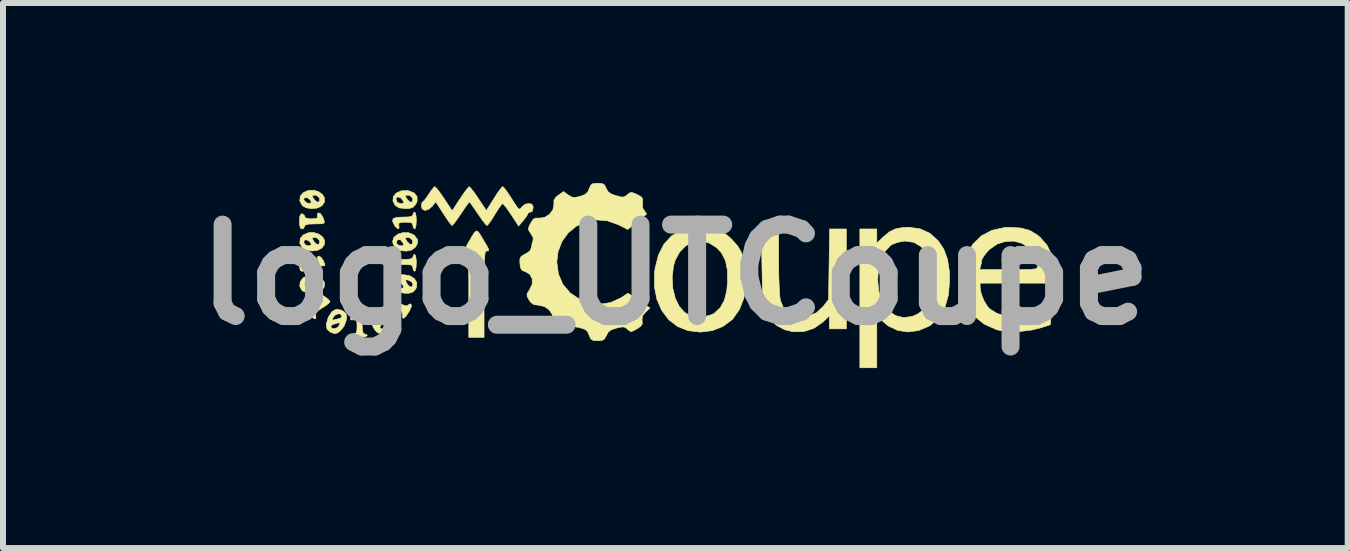
<source format=kicad_pcb>
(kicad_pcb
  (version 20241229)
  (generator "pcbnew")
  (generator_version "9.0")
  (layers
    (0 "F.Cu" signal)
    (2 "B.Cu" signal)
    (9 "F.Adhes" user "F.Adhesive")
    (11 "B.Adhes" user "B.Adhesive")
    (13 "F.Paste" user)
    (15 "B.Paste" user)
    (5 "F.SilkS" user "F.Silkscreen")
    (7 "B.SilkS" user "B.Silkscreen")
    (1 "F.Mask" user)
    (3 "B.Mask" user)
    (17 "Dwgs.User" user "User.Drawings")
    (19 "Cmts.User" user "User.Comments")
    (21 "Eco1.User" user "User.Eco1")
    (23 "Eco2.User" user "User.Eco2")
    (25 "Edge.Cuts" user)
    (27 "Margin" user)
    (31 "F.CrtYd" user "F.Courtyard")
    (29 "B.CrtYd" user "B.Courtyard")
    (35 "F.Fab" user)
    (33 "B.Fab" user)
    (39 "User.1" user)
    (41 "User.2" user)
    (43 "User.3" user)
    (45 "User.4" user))
  (footprint "logo_UTCoupe"
    (layer "F.Cu")
    (at 8.208 1.529)
    (property "Reference" "logo_UTCoupe" (at 0 0 0) (layer "F.Fab") (effects (font (size 1.524 1.524) (thickness 0.3))))
    (attr through_hole)
    (fp_poly (pts (xy -5.904 -0.287) (xy -5.867 -0.233) (xy -5.844 -0.173) (xy -5.842 -0.153) (xy -5.868 -0.147) (xy -5.934 -0.142) (xy -6.011 -0.141) (xy -6.11 -0.138) (xy -6.162 -0.126) (xy -6.18 -0.104) (xy -6.181 -0.099) (xy -6.203 -0.061) (xy -6.223 -0.056) (xy -6.251 -0.073) (xy -6.264 -0.13) (xy -6.265 -0.183) (xy -6.26 -0.267) (xy -6.241 -0.305) (xy -6.223 -0.31) (xy -6.186 -0.288) (xy -6.181 -0.268) (xy -6.163 -0.239) (xy -6.102 -0.227) (xy -6.065 -0.226) (xy -5.991 -0.23) (xy -5.963 -0.246) (xy -5.965 -0.268) (xy -5.961 -0.304) (xy -5.939 -0.31) (xy -5.904 -0.287)) (stroke (width 0.01) (type solid)) (fill yes) (layer "F.SilkS"))
    (fp_poly (pts (xy -5.921 -1.023) (xy -5.883 -0.972) (xy -5.858 -0.91) (xy -5.85 -0.875) (xy -5.863 -0.856) (xy -5.908 -0.848) (xy -5.997 -0.847) (xy -6.009 -0.847) (xy -6.108 -0.843) (xy -6.162 -0.832) (xy -6.18 -0.81) (xy -6.181 -0.804) (xy -6.203 -0.767) (xy -6.223 -0.762) (xy -6.251 -0.779) (xy -6.264 -0.835) (xy -6.265 -0.889) (xy -6.26 -0.973) (xy -6.241 -1.011) (xy -6.223 -1.016) (xy -6.186 -0.993) (xy -6.181 -0.974) (xy -6.163 -0.945) (xy -6.102 -0.932) (xy -6.065 -0.931) (xy -5.991 -0.936) (xy -5.963 -0.952) (xy -5.965 -0.973) (xy -5.966 -1.017) (xy -5.957 -1.029) (xy -5.921 -1.023)) (stroke (width 0.01) (type solid)) (fill yes) (layer "F.SilkS"))
    (fp_poly (pts (xy -5.862 0.355) (xy -5.809 0.392) (xy -5.767 0.432) (xy -5.757 0.452) (xy -5.78 0.479) (xy -5.837 0.522) (xy -5.885 0.552) (xy -5.963 0.603) (xy -5.996 0.644) (xy -5.996 0.681) (xy -5.992 0.727) (xy -6.014 0.735) (xy -6.053 0.71) (xy -6.099 0.656) (xy -6.121 0.621) (xy -6.157 0.549) (xy -6.16 0.514) (xy -6.146 0.508) (xy -6.091 0.526) (xy -6.08 0.535) (xy -6.037 0.54) (xy -5.964 0.505) (xy -5.957 0.501) (xy -5.905 0.462) (xy -5.889 0.434) (xy -5.894 0.43) (xy -5.92 0.402) (xy -5.926 0.362) (xy -5.908 0.339) (xy -5.905 0.339) (xy -5.862 0.355)) (stroke (width 0.01) (type solid)) (fill yes) (layer "F.SilkS"))
    (fp_poly (pts (xy -5.25 0.655) (xy -5.228 0.706) (xy -5.221 0.805) (xy -5.221 0.818) (xy -5.218 0.917) (xy -5.206 0.97) (xy -5.184 0.987) (xy -5.179 0.988) (xy -5.141 1.003) (xy -5.136 1.016) (xy -5.162 1.032) (xy -5.227 1.042) (xy -5.278 1.044) (xy -5.358 1.039) (xy -5.409 1.026) (xy -5.419 1.016) (xy -5.395 0.993) (xy -5.362 0.988) (xy -5.327 0.979) (xy -5.31 0.944) (xy -5.306 0.868) (xy -5.306 0.863) (xy -5.309 0.787) (xy -5.322 0.754) (xy -5.352 0.751) (xy -5.362 0.754) (xy -5.408 0.753) (xy -5.415 0.726) (xy -5.382 0.69) (xy -5.364 0.678) (xy -5.293 0.648) (xy -5.25 0.655)) (stroke (width 0.01) (type solid)) (fill yes) (layer "F.SilkS"))
    (fp_poly (pts (xy -4.75 0.392) (xy -4.687 0.421) (xy -4.623 0.458) (xy -4.537 0.506) (xy -4.486 0.522) (xy -4.46 0.509) (xy -4.459 0.509) (xy -4.424 0.487) (xy -4.407 0.491) (xy -4.399 0.528) (xy -4.431 0.601) (xy -4.435 0.608) (xy -4.488 0.687) (xy -4.526 0.725) (xy -4.546 0.719) (xy -4.547 0.714) (xy -4.548 0.668) (xy -4.547 0.649) (xy -4.567 0.609) (xy -4.62 0.559) (xy -4.642 0.543) (xy -4.705 0.504) (xy -4.733 0.495) (xy -4.741 0.516) (xy -4.741 0.538) (xy -4.752 0.577) (xy -4.77 0.579) (xy -4.789 0.54) (xy -4.798 0.476) (xy -4.793 0.413) (xy -4.781 0.388) (xy -4.75 0.392)) (stroke (width 0.01) (type solid)) (fill yes) (layer "F.SilkS"))
    (fp_poly (pts (xy -4.33 -1.019) (xy -4.32 -0.954) (xy -4.318 -0.903) (xy -4.323 -0.823) (xy -4.336 -0.772) (xy -4.346 -0.762) (xy -4.369 -0.786) (xy -4.374 -0.818) (xy -4.383 -0.854) (xy -4.418 -0.871) (xy -4.494 -0.875) (xy -4.499 -0.875) (xy -4.575 -0.872) (xy -4.608 -0.859) (xy -4.611 -0.829) (xy -4.608 -0.818) (xy -4.607 -0.771) (xy -4.631 -0.767) (xy -4.67 -0.806) (xy -4.678 -0.818) (xy -4.713 -0.887) (xy -4.707 -0.93) (xy -4.658 -0.953) (xy -4.558 -0.96) (xy -4.544 -0.96) (xy -4.445 -0.963) (xy -4.393 -0.974) (xy -4.375 -0.997) (xy -4.374 -1.002) (xy -4.359 -1.039) (xy -4.346 -1.044) (xy -4.33 -1.019)) (stroke (width 0.01) (type solid)) (fill yes) (layer "F.SilkS"))
    (fp_poly (pts (xy -4.33 -0.313) (xy -4.32 -0.248) (xy -4.318 -0.198) (xy -4.323 -0.117) (xy -4.336 -0.066) (xy -4.346 -0.056) (xy -4.369 -0.08) (xy -4.374 -0.113) (xy -4.383 -0.148) (xy -4.418 -0.165) (xy -4.494 -0.169) (xy -4.499 -0.169) (xy -4.575 -0.166) (xy -4.608 -0.153) (xy -4.611 -0.123) (xy -4.608 -0.113) (xy -4.607 -0.066) (xy -4.631 -0.062) (xy -4.67 -0.1) (xy -4.678 -0.113) (xy -4.713 -0.182) (xy -4.707 -0.225) (xy -4.658 -0.247) (xy -4.558 -0.254) (xy -4.544 -0.254) (xy -4.445 -0.257) (xy -4.393 -0.269) (xy -4.375 -0.291) (xy -4.374 -0.296) (xy -4.359 -0.334) (xy -4.346 -0.339) (xy -4.33 -0.313)) (stroke (width 0.01) (type solid)) (fill yes) (layer "F.SilkS"))
    (fp_poly (pts (xy -3.283 -0.712) (xy -3.246 -0.656) (xy -3.207 -0.591) (xy -3.15 -0.495) (xy -3.118 -0.436) (xy -3.11 -0.407) (xy -3.121 -0.396) (xy -3.147 -0.395) (xy -3.16 -0.389) (xy -3.17 -0.366) (xy -3.178 -0.319) (xy -3.183 -0.244) (xy -3.186 -0.134) (xy -3.188 0.018) (xy -3.189 0.218) (xy -3.189 0.325) (xy -3.189 1.044) (xy -3.443 1.044) (xy -3.443 0.325) (xy -3.443 0.102) (xy -3.445 -0.07) (xy -3.447 -0.198) (xy -3.452 -0.288) (xy -3.458 -0.346) (xy -3.467 -0.379) (xy -3.479 -0.393) (xy -3.487 -0.395) (xy -3.507 -0.405) (xy -3.5 -0.44) (xy -3.463 -0.511) (xy -3.453 -0.529) (xy -3.389 -0.641) (xy -3.346 -0.707) (xy -3.314 -0.73) (xy -3.283 -0.712)) (stroke (width 0.01) (type solid)) (fill yes) (layer "F.SilkS"))
    (fp_poly (pts (xy 1.722 -0.219) (xy 1.723 -0.042) (xy 1.728 0.123) (xy 1.734 0.264) (xy 1.742 0.37) (xy 1.751 0.43) (xy 1.807 0.563) (xy 1.89 0.648) (xy 2.006 0.692) (xy 2.049 0.698) (xy 2.214 0.691) (xy 2.353 0.634) (xy 2.468 0.526) (xy 2.473 0.52) (xy 2.554 0.414) (xy 2.572 -0.762) (xy 2.85 -0.762) (xy 2.85 0.903) (xy 2.568 0.903) (xy 2.568 0.686) (xy 2.46 0.789) (xy 2.311 0.893) (xy 2.142 0.948) (xy 1.962 0.951) (xy 1.825 0.918) (xy 1.683 0.843) (xy 1.574 0.727) (xy 1.514 0.621) (xy 1.494 0.574) (xy 1.479 0.523) (xy 1.468 0.46) (xy 1.46 0.376) (xy 1.454 0.262) (xy 1.449 0.111) (xy 1.445 -0.087) (xy 1.444 -0.134) (xy 1.434 -0.762) (xy 1.722 -0.762) (xy 1.722 -0.219)) (stroke (width 0.01) (type solid)) (fill yes) (layer "F.SilkS"))
    (fp_poly (pts (xy -5.956 0.019) (xy -5.886 0.068) (xy -5.849 0.134) (xy -5.854 0.207) (xy -5.894 0.264) (xy -5.963 0.298) (xy -6.057 0.31) (xy -6.151 0.3) (xy -6.219 0.268) (xy -6.221 0.266) (xy -6.261 0.195) (xy -6.258 0.169) (xy -6.181 0.169) (xy -6.161 0.217) (xy -6.124 0.226) (xy -6.078 0.216) (xy -6.068 0.203) (xy -6.088 0.162) (xy -6.13 0.124) (xy -6.158 0.113) (xy -6.176 0.137) (xy -6.181 0.169) (xy -6.258 0.169) (xy -6.254 0.121) (xy -6.244 0.107) (xy -6.052 0.107) (xy -6.02 0.153) (xy -5.974 0.194) (xy -5.938 0.192) (xy -5.929 0.154) (xy -5.936 0.129) (xy -5.975 0.093) (xy -6.012 0.085) (xy -6.051 0.088) (xy -6.052 0.107) (xy -6.244 0.107) (xy -6.208 0.056) (xy -6.13 0.012) (xy -6.054 0) (xy -5.956 0.019)) (stroke (width 0.01) (type solid)) (fill yes) (layer "F.SilkS"))
    (fp_poly (pts (xy -5.947 -1.384) (xy -5.883 -1.338) (xy -5.848 -1.278) (xy -5.849 -1.211) (xy -5.894 -1.147) (xy -5.967 -1.111) (xy -6.062 -1.101) (xy -6.155 -1.115) (xy -6.219 -1.152) (xy -6.261 -1.232) (xy -6.258 -1.254) (xy -6.196 -1.254) (xy -6.179 -1.225) (xy -6.135 -1.194) (xy -6.09 -1.187) (xy -6.068 -1.207) (xy -6.068 -1.21) (xy -6.089 -1.252) (xy -6.136 -1.283) (xy -6.18 -1.285) (xy -6.181 -1.284) (xy -6.196 -1.254) (xy -6.258 -1.254) (xy -6.253 -1.302) (xy -6.051 -1.302) (xy -6.022 -1.254) (xy -5.978 -1.212) (xy -5.941 -1.212) (xy -5.928 -1.25) (xy -5.936 -1.282) (xy -5.975 -1.319) (xy -6.011 -1.326) (xy -6.049 -1.323) (xy -6.051 -1.302) (xy -6.253 -1.302) (xy -6.252 -1.31) (xy -6.203 -1.367) (xy -6.116 -1.405) (xy -6.027 -1.408) (xy -5.947 -1.384)) (stroke (width 0.01) (type solid)) (fill yes) (layer "F.SilkS"))
    (fp_poly (pts (xy -5.947 -0.678) (xy -5.883 -0.633) (xy -5.848 -0.573) (xy -5.849 -0.506) (xy -5.894 -0.442) (xy -5.967 -0.406) (xy -6.062 -0.395) (xy -6.155 -0.41) (xy -6.219 -0.447) (xy -6.261 -0.526) (xy -6.258 -0.545) (xy -6.196 -0.545) (xy -6.177 -0.505) (xy -6.133 -0.481) (xy -6.121 -0.48) (xy -6.077 -0.491) (xy -6.068 -0.505) (xy -6.089 -0.545) (xy -6.134 -0.577) (xy -6.176 -0.581) (xy -6.178 -0.58) (xy -6.196 -0.545) (xy -6.258 -0.545) (xy -6.253 -0.597) (xy -6.051 -0.597) (xy -6.022 -0.549) (xy -5.978 -0.507) (xy -5.941 -0.507) (xy -5.928 -0.545) (xy -5.936 -0.577) (xy -5.975 -0.613) (xy -6.011 -0.621) (xy -6.049 -0.617) (xy -6.051 -0.597) (xy -6.253 -0.597) (xy -6.252 -0.605) (xy -6.203 -0.662) (xy -6.116 -0.7) (xy -6.027 -0.703) (xy -5.947 -0.678)) (stroke (width 0.01) (type solid)) (fill yes) (layer "F.SilkS"))
    (fp_poly (pts (xy -4.45 -0.7) (xy -4.369 -0.668) (xy -4.346 -0.649) (xy -4.298 -0.584) (xy -4.299 -0.52) (xy -4.334 -0.458) (xy -4.396 -0.412) (xy -4.486 -0.393) (xy -4.58 -0.401) (xy -4.656 -0.436) (xy -4.666 -0.447) (xy -4.704 -0.511) (xy -4.705 -0.518) (xy -4.647 -0.518) (xy -4.607 -0.486) (xy -4.569 -0.48) (xy -4.531 -0.487) (xy -4.536 -0.521) (xy -4.544 -0.536) (xy -4.586 -0.586) (xy -4.627 -0.583) (xy -4.643 -0.564) (xy -4.647 -0.518) (xy -4.705 -0.518) (xy -4.713 -0.558) (xy -4.699 -0.597) (xy -4.499 -0.597) (xy -4.47 -0.549) (xy -4.425 -0.507) (xy -4.389 -0.507) (xy -4.376 -0.545) (xy -4.384 -0.577) (xy -4.423 -0.613) (xy -4.459 -0.621) (xy -4.497 -0.617) (xy -4.499 -0.597) (xy -4.699 -0.597) (xy -4.689 -0.626) (xy -4.626 -0.675) (xy -4.541 -0.701) (xy -4.45 -0.7)) (stroke (width 0.01) (type solid)) (fill yes) (layer "F.SilkS"))
    (fp_poly (pts (xy -4.449 -1.4) (xy -4.354 -1.363) (xy -4.305 -1.301) (xy -4.305 -1.222) (xy -4.329 -1.172) (xy -4.372 -1.125) (xy -4.432 -1.104) (xy -4.498 -1.101) (xy -4.604 -1.114) (xy -4.669 -1.155) (xy -4.708 -1.23) (xy -4.705 -1.261) (xy -4.657 -1.261) (xy -4.637 -1.205) (xy -4.575 -1.185) (xy -4.566 -1.185) (xy -4.53 -1.193) (xy -4.537 -1.228) (xy -4.544 -1.242) (xy -4.583 -1.285) (xy -4.626 -1.297) (xy -4.654 -1.277) (xy -4.657 -1.261) (xy -4.705 -1.261) (xy -4.7 -1.301) (xy -4.7 -1.302) (xy -4.499 -1.302) (xy -4.47 -1.254) (xy -4.425 -1.212) (xy -4.389 -1.212) (xy -4.376 -1.25) (xy -4.384 -1.282) (xy -4.423 -1.319) (xy -4.459 -1.326) (xy -4.497 -1.323) (xy -4.499 -1.302) (xy -4.7 -1.302) (xy -4.653 -1.36) (xy -4.574 -1.397) (xy -4.472 -1.403) (xy -4.449 -1.4)) (stroke (width 0.01) (type solid)) (fill yes) (layer "F.SilkS"))
    (fp_poly (pts (xy -4.427 0.018) (xy -4.35 0.066) (xy -4.31 0.133) (xy -4.315 0.211) (xy -4.331 0.242) (xy -4.374 0.288) (xy -4.436 0.308) (xy -4.498 0.31) (xy -4.608 0.296) (xy -4.666 0.259) (xy -4.707 0.18) (xy -4.704 0.151) (xy -4.657 0.151) (xy -4.637 0.206) (xy -4.575 0.226) (xy -4.566 0.226) (xy -4.53 0.218) (xy -4.537 0.184) (xy -4.544 0.169) (xy -4.583 0.127) (xy -4.626 0.114) (xy -4.654 0.134) (xy -4.657 0.151) (xy -4.704 0.151) (xy -4.7 0.104) (xy -4.496 0.104) (xy -4.472 0.152) (xy -4.471 0.155) (xy -4.426 0.202) (xy -4.39 0.203) (xy -4.374 0.159) (xy -4.374 0.157) (xy -4.399 0.116) (xy -4.457 0.089) (xy -4.49 0.085) (xy -4.496 0.104) (xy -4.7 0.104) (xy -4.7 0.103) (xy -4.652 0.039) (xy -4.571 0.003) (xy -4.533 0) (xy -4.427 0.018)) (stroke (width 0.01) (type solid)) (fill yes) (layer "F.SilkS"))
    (fp_poly (pts (xy -5.569 0.591) (xy -5.541 0.607) (xy -5.493 0.648) (xy -5.479 0.698) (xy -5.485 0.758) (xy -5.522 0.858) (xy -5.575 0.924) (xy -5.631 0.97) (xy -5.673 0.983) (xy -5.725 0.968) (xy -5.746 0.96) (xy -5.806 0.91) (xy -5.815 0.858) (xy -5.744 0.858) (xy -5.731 0.89) (xy -5.691 0.903) (xy -5.641 0.885) (xy -5.622 0.869) (xy -5.591 0.824) (xy -5.601 0.802) (xy -5.63 0.805) (xy -5.697 0.826) (xy -5.717 0.832) (xy -5.744 0.858) (xy -5.815 0.858) (xy -5.82 0.829) (xy -5.798 0.753) (xy -5.722 0.753) (xy -5.706 0.758) (xy -5.688 0.752) (xy -5.624 0.736) (xy -5.6 0.734) (xy -5.564 0.711) (xy -5.56 0.691) (xy -5.579 0.656) (xy -5.624 0.652) (xy -5.674 0.675) (xy -5.703 0.71) (xy -5.722 0.753) (xy -5.798 0.753) (xy -5.787 0.716) (xy -5.785 0.711) (xy -5.724 0.616) (xy -5.652 0.576) (xy -5.569 0.591)) (stroke (width 0.01) (type solid)) (fill yes) (layer "F.SilkS"))
    (fp_poly (pts (xy -4.89 0.576) (xy -4.832 0.618) (xy -4.78 0.695) (xy -4.747 0.783) (xy -4.741 0.828) (xy -4.766 0.907) (xy -4.828 0.961) (xy -4.909 0.98) (xy -4.961 0.969) (xy -5.005 0.928) (xy -5.034 0.876) (xy -4.924 0.876) (xy -4.921 0.899) (xy -4.886 0.903) (xy -4.883 0.903) (xy -4.841 0.89) (xy -4.827 0.841) (xy -4.826 0.818) (xy -4.83 0.759) (xy -4.839 0.734) (xy -4.839 0.734) (xy -4.86 0.756) (xy -4.892 0.811) (xy -4.897 0.818) (xy -4.924 0.876) (xy -5.034 0.876) (xy -5.047 0.854) (xy -5.074 0.769) (xy -5.079 0.734) (xy -4.995 0.734) (xy -4.991 0.793) (xy -4.982 0.818) (xy -4.982 0.818) (xy -4.961 0.796) (xy -4.929 0.742) (xy -4.925 0.734) (xy -4.898 0.677) (xy -4.901 0.654) (xy -4.936 0.649) (xy -4.938 0.649) (xy -4.98 0.662) (xy -4.995 0.711) (xy -4.995 0.734) (xy -5.079 0.734) (xy -5.08 0.722) (xy -5.056 0.652) (xy -4.998 0.597) (xy -4.926 0.572) (xy -4.89 0.576)) (stroke (width 0.01) (type solid)) (fill yes) (layer "F.SilkS"))
    (fp_poly (pts (xy 0.565 -0.782) (xy 0.696 -0.755) (xy 0.806 -0.702) (xy 0.912 -0.617) (xy 0.947 -0.582) (xy 1.038 -0.478) (xy 1.097 -0.38) (xy 1.138 -0.265) (xy 1.178 -0.042) (xy 1.179 0.181) (xy 1.142 0.392) (xy 1.068 0.58) (xy 0.961 0.733) (xy 0.946 0.749) (xy 0.794 0.862) (xy 0.614 0.933) (xy 0.416 0.957) (xy 0.213 0.933) (xy 0.212 0.933) (xy 0.036 0.863) (xy -0.112 0.749) (xy -0.227 0.596) (xy -0.307 0.412) (xy -0.349 0.203) (xy -0.348 0.046) (xy -0.053 0.046) (xy -0.042 0.229) (xy -0.001 0.394) (xy 0.066 0.531) (xy 0.157 0.63) (xy 0.203 0.658) (xy 0.336 0.699) (xy 0.478 0.701) (xy 0.607 0.666) (xy 0.65 0.642) (xy 0.749 0.55) (xy 0.817 0.428) (xy 0.857 0.268) (xy 0.871 0.118) (xy 0.867 -0.079) (xy 0.835 -0.236) (xy 0.771 -0.361) (xy 0.69 -0.449) (xy 0.561 -0.53) (xy 0.427 -0.561) (xy 0.295 -0.543) (xy 0.174 -0.482) (xy 0.072 -0.379) (xy -0.003 -0.239) (xy -0.031 -0.143) (xy -0.053 0.046) (xy -0.348 0.046) (xy -0.348 -0.025) (xy -0.338 -0.104) (xy -0.282 -0.328) (xy -0.19 -0.509) (xy -0.064 -0.646) (xy 0.096 -0.738) (xy 0.288 -0.784) (xy 0.395 -0.79) (xy 0.565 -0.782)) (stroke (width 0.01) (type solid)) (fill yes) (layer "F.SilkS"))
    (fp_poly (pts (xy 4.078 -0.765) (xy 4.24 -0.692) (xy 4.378 -0.569) (xy 4.379 -0.568) (xy 4.474 -0.427) (xy 4.536 -0.262) (xy 4.567 -0.062) (xy 4.572 0.084) (xy 4.553 0.334) (xy 4.495 0.542) (xy 4.398 0.709) (xy 4.263 0.835) (xy 4.225 0.859) (xy 4.052 0.932) (xy 3.875 0.954) (xy 3.704 0.928) (xy 3.548 0.853) (xy 3.466 0.785) (xy 3.358 0.677) (xy 3.358 1.552) (xy 3.076 1.552) (xy 3.076 0.086) (xy 3.373 0.086) (xy 3.388 0.259) (xy 3.431 0.418) (xy 3.504 0.55) (xy 3.542 0.593) (xy 3.669 0.682) (xy 3.806 0.716) (xy 3.952 0.695) (xy 4.05 0.651) (xy 4.115 0.598) (xy 4.181 0.517) (xy 4.205 0.478) (xy 4.238 0.413) (xy 4.259 0.348) (xy 4.271 0.269) (xy 4.275 0.16) (xy 4.276 0.071) (xy 4.274 -0.063) (xy 4.268 -0.157) (xy 4.254 -0.226) (xy 4.229 -0.287) (xy 4.199 -0.342) (xy 4.1 -0.466) (xy 3.978 -0.539) (xy 3.833 -0.56) (xy 3.789 -0.557) (xy 3.692 -0.535) (xy 3.606 -0.5) (xy 3.588 -0.488) (xy 3.494 -0.388) (xy 3.426 -0.25) (xy 3.386 -0.088) (xy 3.373 0.086) (xy 3.076 0.086) (xy 3.076 -0.762) (xy 3.358 -0.762) (xy 3.358 -0.525) (xy 3.464 -0.628) (xy 3.569 -0.715) (xy 3.675 -0.766) (xy 3.802 -0.787) (xy 3.889 -0.79) (xy 4.078 -0.765)) (stroke (width 0.01) (type solid)) (fill yes) (layer "F.SilkS"))
    (fp_poly (pts (xy 5.765 -0.777) (xy 5.912 -0.736) (xy 6.037 -0.66) (xy 6.091 -0.612) (xy 6.197 -0.489) (xy 6.266 -0.349) (xy 6.305 -0.179) (xy 6.315 -0.08) (xy 6.33 0.141) (xy 5.08 0.141) (xy 5.081 0.219) (xy 5.098 0.314) (xy 5.141 0.425) (xy 5.199 0.523) (xy 5.239 0.57) (xy 5.367 0.648) (xy 5.529 0.694) (xy 5.716 0.705) (xy 5.915 0.681) (xy 6.076 0.637) (xy 6.268 0.569) (xy 6.26 0.701) (xy 6.251 0.833) (xy 6.097 0.884) (xy 5.937 0.923) (xy 5.758 0.945) (xy 5.58 0.948) (xy 5.422 0.932) (xy 5.352 0.915) (xy 5.148 0.824) (xy 4.986 0.693) (xy 4.863 0.524) (xy 4.823 0.437) (xy 4.808 0.372) (xy 4.796 0.268) (xy 4.789 0.143) (xy 4.788 0.085) (xy 4.79 -0.058) (xy 4.792 -0.085) (xy 5.073 -0.085) (xy 5.556 -0.085) (xy 5.732 -0.085) (xy 5.859 -0.086) (xy 5.945 -0.09) (xy 5.998 -0.096) (xy 6.026 -0.107) (xy 6.037 -0.122) (xy 6.04 -0.144) (xy 6.04 -0.146) (xy 6.027 -0.209) (xy 5.997 -0.293) (xy 5.981 -0.328) (xy 5.897 -0.444) (xy 5.782 -0.521) (xy 5.647 -0.559) (xy 5.504 -0.555) (xy 5.364 -0.511) (xy 5.238 -0.423) (xy 5.21 -0.394) (xy 5.153 -0.325) (xy 5.116 -0.269) (xy 5.108 -0.247) (xy 5.101 -0.192) (xy 5.09 -0.148) (xy 5.073 -0.085) (xy 4.792 -0.085) (xy 4.799 -0.162) (xy 4.82 -0.247) (xy 4.85 -0.325) (xy 4.96 -0.509) (xy 5.103 -0.648) (xy 5.278 -0.74) (xy 5.484 -0.785) (xy 5.582 -0.79) (xy 5.765 -0.777)) (stroke (width 0.01) (type solid)) (fill yes) (layer "F.SilkS"))
    (fp_poly (pts (xy -2.853 -1.445) (xy -2.808 -1.386) (xy -2.75 -1.3) (xy -2.729 -1.266) (xy -2.667 -1.169) (xy -2.627 -1.113) (xy -2.601 -1.093) (xy -2.581 -1.101) (xy -2.564 -1.125) (xy -2.501 -1.176) (xy -2.449 -1.185) (xy -2.391 -1.176) (xy -2.372 -1.138) (xy -2.371 -1.115) (xy -2.385 -1.058) (xy -2.413 -1.044) (xy -2.451 -1.032) (xy -2.455 -1.022) (xy -2.472 -0.988) (xy -2.514 -0.931) (xy -2.534 -0.905) (xy -2.613 -0.811) (xy -2.735 -0.998) (xy -2.795 -1.086) (xy -2.845 -1.152) (xy -2.875 -1.184) (xy -2.879 -1.185) (xy -2.903 -1.163) (xy -2.946 -1.103) (xy -3 -1.019) (xy -3.01 -1.002) (xy -3.064 -0.915) (xy -3.11 -0.85) (xy -3.137 -0.82) (xy -3.139 -0.819) (xy -3.164 -0.841) (xy -3.21 -0.899) (xy -3.269 -0.983) (xy -3.292 -1.016) (xy -3.353 -1.106) (xy -3.401 -1.174) (xy -3.429 -1.211) (xy -3.433 -1.214) (xy -3.452 -1.192) (xy -3.494 -1.134) (xy -3.551 -1.05) (xy -3.574 -1.016) (xy -3.636 -0.926) (xy -3.686 -0.857) (xy -3.718 -0.822) (xy -3.722 -0.819) (xy -3.744 -0.841) (xy -3.788 -0.9) (xy -3.845 -0.984) (xy -3.866 -1.017) (xy -3.993 -1.214) (xy -4.051 -1.143) (xy -4.114 -1.088) (xy -4.174 -1.072) (xy -4.219 -1.093) (xy -4.233 -1.143) (xy -4.226 -1.196) (xy -4.212 -1.214) (xy -4.186 -1.236) (xy -4.143 -1.292) (xy -4.111 -1.341) (xy -4.062 -1.412) (xy -4.024 -1.458) (xy -4.009 -1.468) (xy -3.985 -1.446) (xy -3.938 -1.387) (xy -3.878 -1.303) (xy -3.854 -1.266) (xy -3.72 -1.065) (xy -3.589 -1.266) (xy -3.527 -1.357) (xy -3.475 -1.427) (xy -3.442 -1.464) (xy -3.436 -1.467) (xy -3.412 -1.445) (xy -3.366 -1.387) (xy -3.306 -1.303) (xy -3.283 -1.268) (xy -3.15 -1.069) (xy -3.025 -1.268) (xy -2.966 -1.36) (xy -2.916 -1.429) (xy -2.883 -1.465) (xy -2.878 -1.468) (xy -2.853 -1.445)) (stroke (width 0.01) (type solid)) (fill yes) (layer "F.SilkS"))
    (fp_poly (pts (xy -1.219 -1.519) (xy -1.179 -1.494) (xy -1.153 -1.44) (xy -1.121 -1.382) (xy -1.064 -1.343) (xy -0.992 -1.318) (xy -0.91 -1.296) (xy -0.86 -1.295) (xy -0.821 -1.316) (xy -0.801 -1.332) (xy -0.76 -1.365) (xy -0.723 -1.37) (xy -0.667 -1.35) (xy -0.637 -1.336) (xy -0.57 -1.299) (xy -0.544 -1.263) (xy -0.547 -1.21) (xy -0.548 -1.203) (xy -0.545 -1.112) (xy -0.518 -1.068) (xy -0.486 -1.026) (xy -0.482 -1.007) (xy -0.508 -0.987) (xy -0.566 -0.94) (xy -0.642 -0.878) (xy -0.644 -0.877) (xy -0.793 -0.754) (xy -0.95 -0.833) (xy -1.134 -0.899) (xy -1.318 -0.913) (xy -1.493 -0.881) (xy -1.652 -0.807) (xy -1.787 -0.696) (xy -1.891 -0.552) (xy -1.956 -0.381) (xy -1.976 -0.212) (xy -1.95 -0.013) (xy -1.876 0.16) (xy -1.755 0.303) (xy -1.593 0.412) (xy -1.448 0.469) (xy -1.264 0.493) (xy -1.08 0.465) (xy -0.907 0.386) (xy -0.896 0.379) (xy -0.79 0.309) (xy -0.607 0.432) (xy -0.424 0.555) (xy -0.496 0.623) (xy -0.548 0.688) (xy -0.556 0.756) (xy -0.554 0.767) (xy -0.552 0.821) (xy -0.58 0.862) (xy -0.641 0.903) (xy -0.707 0.939) (xy -0.745 0.947) (xy -0.777 0.928) (xy -0.796 0.91) (xy -0.835 0.878) (xy -0.879 0.87) (xy -0.95 0.882) (xy -0.981 0.89) (xy -1.07 0.919) (xy -1.121 0.96) (xy -1.149 1.012) (xy -1.181 1.071) (xy -1.224 1.096) (xy -1.296 1.101) (xy -1.37 1.095) (xy -1.41 1.07) (xy -1.436 1.011) (xy -1.438 1.007) (xy -1.463 0.949) (xy -1.503 0.914) (xy -1.575 0.888) (xy -1.614 0.879) (xy -1.704 0.862) (xy -1.759 0.862) (xy -1.797 0.881) (xy -1.807 0.89) (xy -1.844 0.916) (xy -1.884 0.916) (xy -1.949 0.889) (xy -1.959 0.885) (xy -2.025 0.848) (xy -2.049 0.812) (xy -2.045 0.759) (xy -2.044 0.754) (xy -2.051 0.666) (xy -2.102 0.588) (xy -2.183 0.53) (xy -2.283 0.508) (xy -2.285 0.508) (xy -2.363 0.498) (xy -2.414 0.457) (xy -2.438 0.421) (xy -2.471 0.36) (xy -2.472 0.318) (xy -2.442 0.268) (xy -2.432 0.254) (xy -2.387 0.16) (xy -2.386 0.069) (xy -2.425 -0.006) (xy -2.494 -0.047) (xy -2.552 -0.071) (xy -2.58 -0.111) (xy -2.591 -0.186) (xy -2.592 -0.261) (xy -2.57 -0.304) (xy -2.513 -0.34) (xy -2.499 -0.346) (xy -2.425 -0.395) (xy -2.399 -0.452) (xy -2.398 -0.458) (xy -2.387 -0.528) (xy -2.373 -0.562) (xy -2.37 -0.617) (xy -2.406 -0.681) (xy -2.443 -0.736) (xy -2.449 -0.776) (xy -2.427 -0.83) (xy -2.413 -0.858) (xy -2.372 -0.921) (xy -2.329 -0.944) (xy -2.274 -0.942) (xy -2.182 -0.954) (xy -2.1 -1.004) (xy -2.042 -1.08) (xy -2.024 -1.167) (xy -2.025 -1.177) (xy -2.024 -1.243) (xy -1.991 -1.292) (xy -1.951 -1.324) (xy -1.864 -1.386) (xy -1.786 -1.329) (xy -1.729 -1.295) (xy -1.674 -1.287) (xy -1.596 -1.303) (xy -1.588 -1.305) (xy -1.506 -1.336) (xy -1.46 -1.379) (xy -1.437 -1.431) (xy -1.411 -1.492) (xy -1.373 -1.518) (xy -1.302 -1.524) (xy -1.295 -1.524) (xy -1.219 -1.519)) (stroke (width 0.01) (type solid)) (fill yes) (layer "F.SilkS")))
  (gr_rect
    (start -3 -3)
    (end 19.416 6.086)
    (stroke (width 0.1) (type default))
    (fill no)
    (layer "Edge.Cuts")))
</source>
